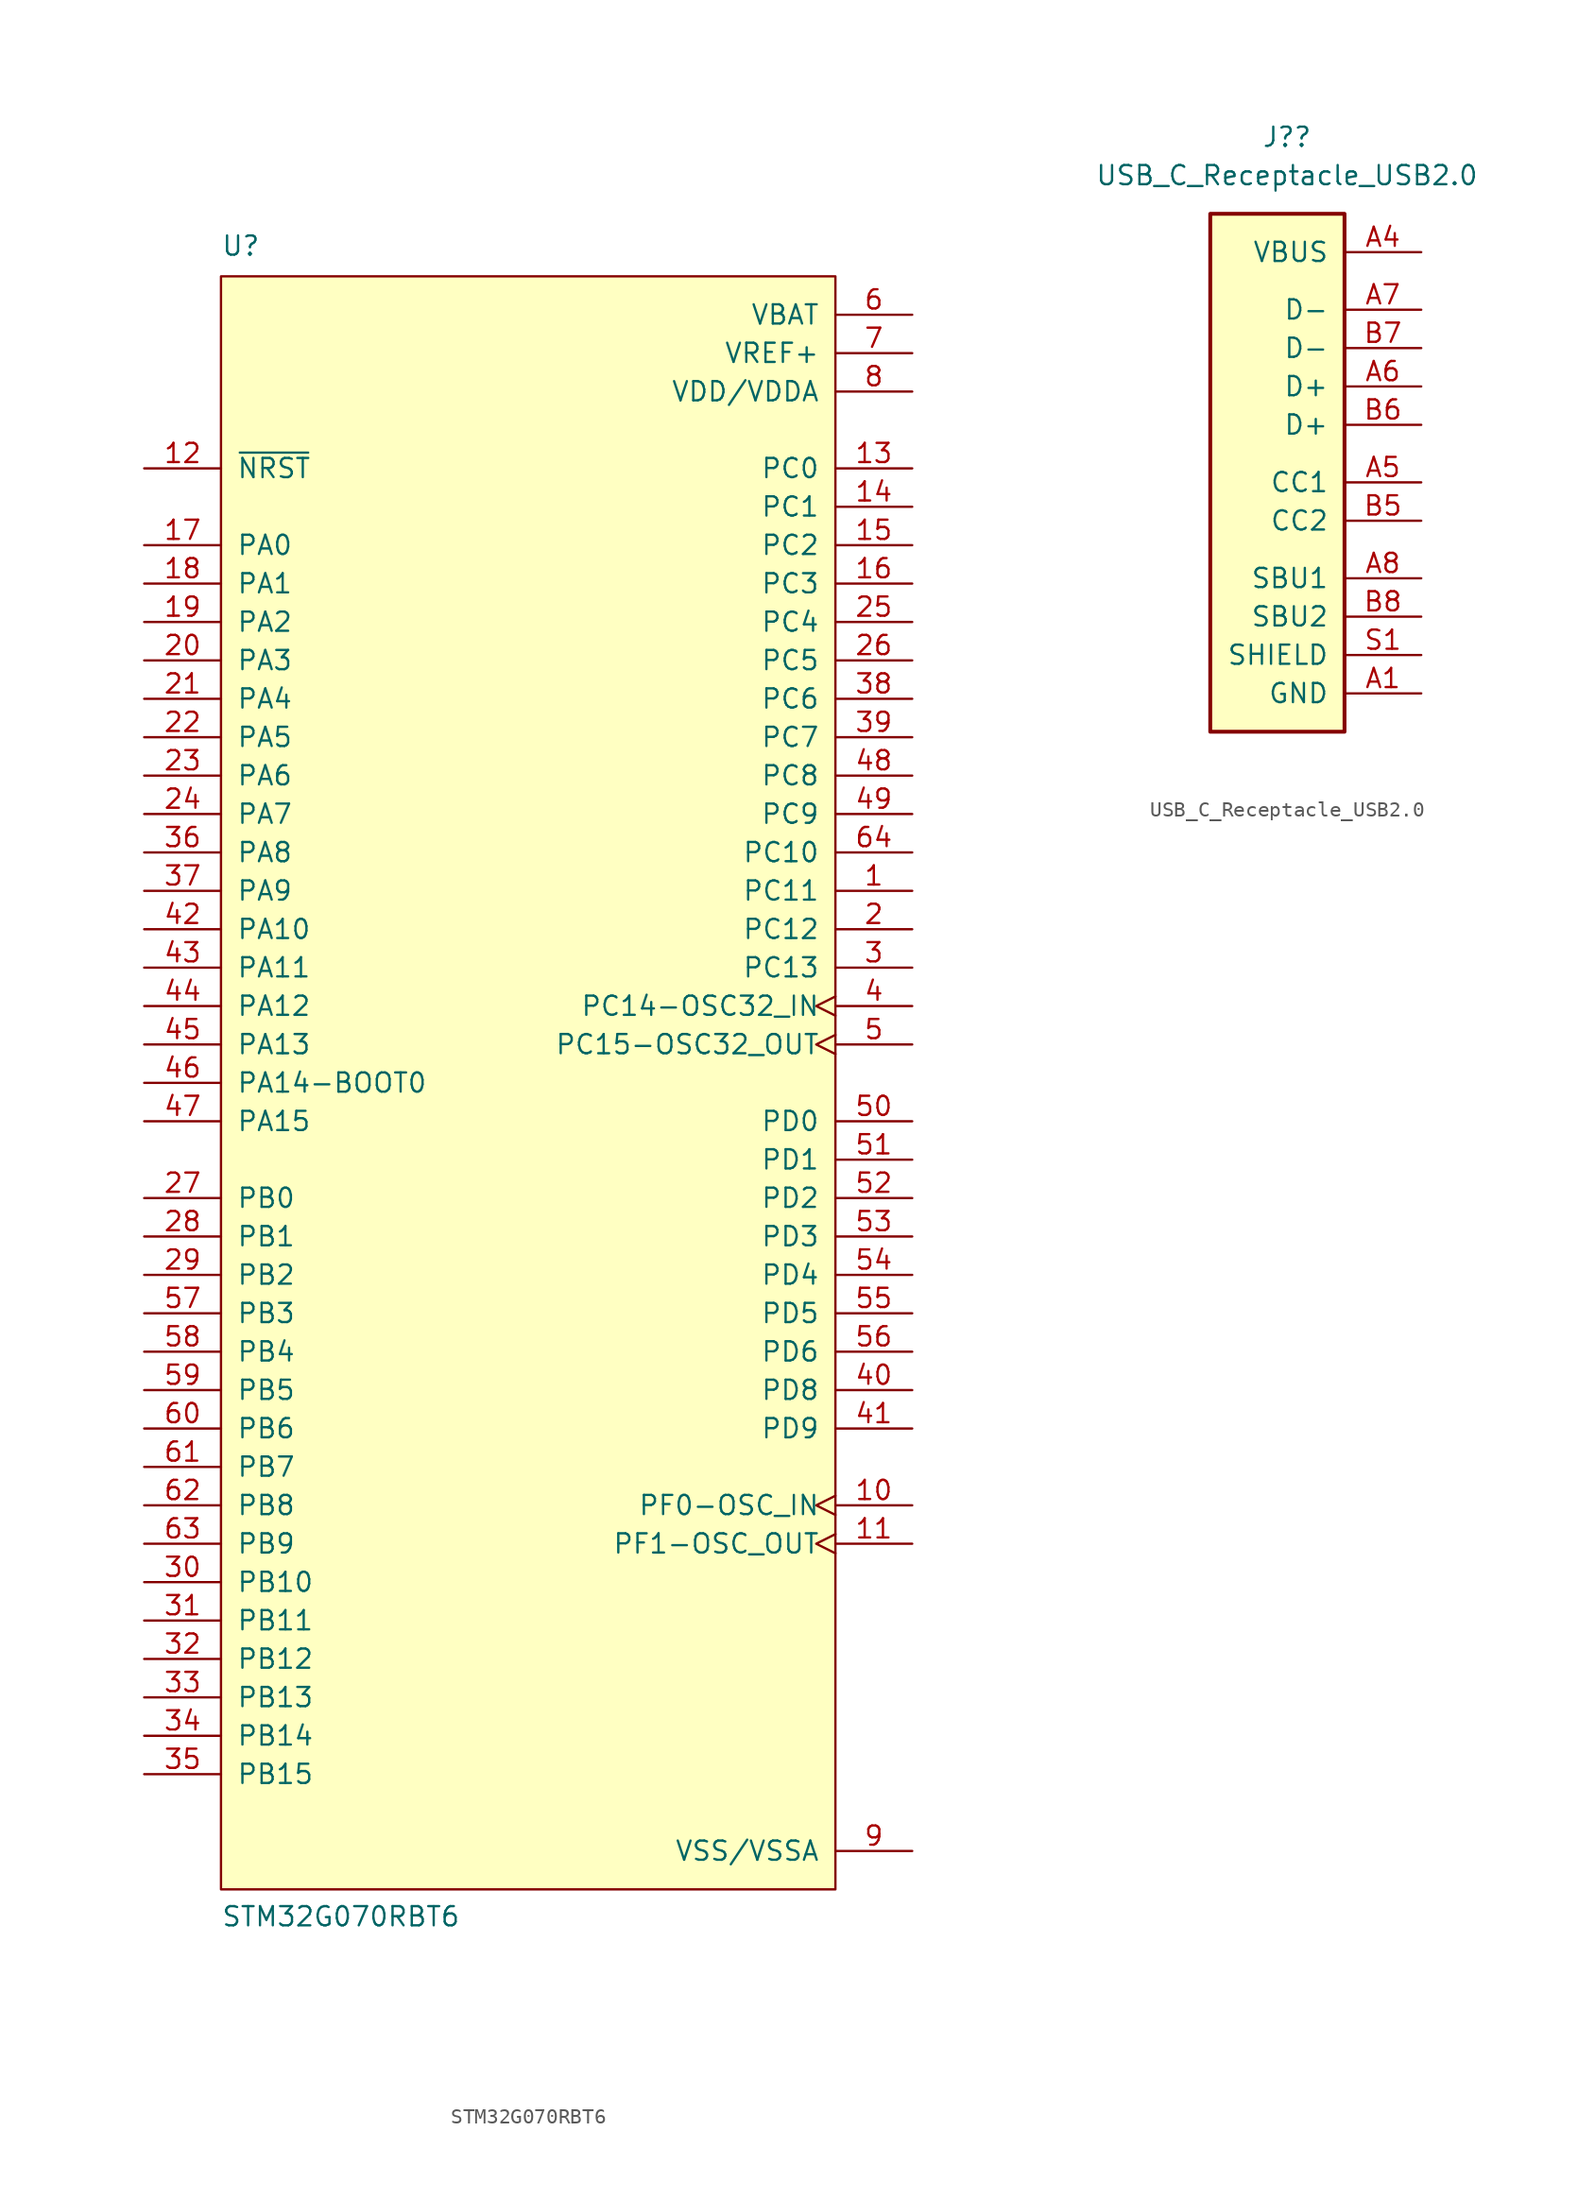
<source format=kicad_sym>
(kicad_symbol_lib
  (version 20211014)
  (generator kicad_symbol_editor)
  (symbol "STM32G070RBT6"
    (pin_names
      (offset 1.016))
    (property "Reference" "U"
      (at -20.32 54.61 0)
      (effects (font (size 1.27 1.27)) (justify left bottom)))
    (property "Value" "STM32G070RBT6"
      (at -20.32 -55.88 0)
      (effects (font (size 1.27 1.27)) (justify left bottom)))
    (symbol "STM32G070RBT6_0_0"
      (rectangle (start -20.32 -53.34) (end 20.32 53.34) (stroke (width 0.152) (type default) (color 0 0 0 0)) (fill (type background)))
      (pin bidirectional line (at 25.4 12.7 180) (length 5.08) (name "PC11" (effects (font (size 1.27 1.27)))) (number "1" (effects (font (size 1.27 1.27)))))
      (pin bidirectional clock (at 25.4 -27.94 180) (length 5.08) (name "PF0-OSC_IN" (effects (font (size 1.27 1.27)))) (number "10" (effects (font (size 1.27 1.27)))))
      (pin bidirectional clock (at 25.4 -30.48 180) (length 5.08) (name "PF1-OSC_OUT" (effects (font (size 1.27 1.27)))) (number "11" (effects (font (size 1.27 1.27)))))
      (pin input line (at -25.4 40.64 0) (length 5.08) (name "~{NRST}" (effects (font (size 1.27 1.27)))) (number "12" (effects (font (size 1.27 1.27)))))
      (pin bidirectional line (at 25.4 40.64 180) (length 5.08) (name "PC0" (effects (font (size 1.27 1.27)))) (number "13" (effects (font (size 1.27 1.27)))))
      (pin bidirectional line (at 25.4 38.1 180) (length 5.08) (name "PC1" (effects (font (size 1.27 1.27)))) (number "14" (effects (font (size 1.27 1.27)))))
      (pin bidirectional line (at 25.4 35.56 180) (length 5.08) (name "PC2" (effects (font (size 1.27 1.27)))) (number "15" (effects (font (size 1.27 1.27)))))
      (pin bidirectional line (at 25.4 33.02 180) (length 5.08) (name "PC3" (effects (font (size 1.27 1.27)))) (number "16" (effects (font (size 1.27 1.27)))))
      (pin bidirectional line (at -25.4 35.56 0) (length 5.08) (name "PA0" (effects (font (size 1.27 1.27)))) (number "17" (effects (font (size 1.27 1.27)))))
      (pin bidirectional line (at -25.4 33.02 0) (length 5.08) (name "PA1" (effects (font (size 1.27 1.27)))) (number "18" (effects (font (size 1.27 1.27)))))
      (pin bidirectional line (at -25.4 30.48 0) (length 5.08) (name "PA2" (effects (font (size 1.27 1.27)))) (number "19" (effects (font (size 1.27 1.27)))))
      (pin bidirectional line (at 25.4 10.16 180) (length 5.08) (name "PC12" (effects (font (size 1.27 1.27)))) (number "2" (effects (font (size 1.27 1.27)))))
      (pin bidirectional line (at -25.4 27.94 0) (length 5.08) (name "PA3" (effects (font (size 1.27 1.27)))) (number "20" (effects (font (size 1.27 1.27)))))
      (pin bidirectional line (at -25.4 25.4 0) (length 5.08) (name "PA4" (effects (font (size 1.27 1.27)))) (number "21" (effects (font (size 1.27 1.27)))))
      (pin bidirectional line (at -25.4 22.86 0) (length 5.08) (name "PA5" (effects (font (size 1.27 1.27)))) (number "22" (effects (font (size 1.27 1.27)))))
      (pin bidirectional line (at -25.4 20.32 0) (length 5.08) (name "PA6" (effects (font (size 1.27 1.27)))) (number "23" (effects (font (size 1.27 1.27)))))
      (pin bidirectional line (at -25.4 17.78 0) (length 5.08) (name "PA7" (effects (font (size 1.27 1.27)))) (number "24" (effects (font (size 1.27 1.27)))))
      (pin bidirectional line (at 25.4 30.48 180) (length 5.08) (name "PC4" (effects (font (size 1.27 1.27)))) (number "25" (effects (font (size 1.27 1.27)))))
      (pin bidirectional line (at 25.4 27.94 180) (length 5.08) (name "PC5" (effects (font (size 1.27 1.27)))) (number "26" (effects (font (size 1.27 1.27)))))
      (pin bidirectional line (at -25.4 -7.62 0) (length 5.08) (name "PB0" (effects (font (size 1.27 1.27)))) (number "27" (effects (font (size 1.27 1.27)))))
      (pin bidirectional line (at -25.4 -10.16 0) (length 5.08) (name "PB1" (effects (font (size 1.27 1.27)))) (number "28" (effects (font (size 1.27 1.27)))))
      (pin bidirectional line (at -25.4 -12.7 0) (length 5.08) (name "PB2" (effects (font (size 1.27 1.27)))) (number "29" (effects (font (size 1.27 1.27)))))
      (pin bidirectional line (at 25.4 7.62 180) (length 5.08) (name "PC13" (effects (font (size 1.27 1.27)))) (number "3" (effects (font (size 1.27 1.27)))))
      (pin bidirectional line (at -25.4 -33.02 0) (length 5.08) (name "PB10" (effects (font (size 1.27 1.27)))) (number "30" (effects (font (size 1.27 1.27)))))
      (pin bidirectional line (at -25.4 -35.56 0) (length 5.08) (name "PB11" (effects (font (size 1.27 1.27)))) (number "31" (effects (font (size 1.27 1.27)))))
      (pin bidirectional line (at -25.4 -38.1 0) (length 5.08) (name "PB12" (effects (font (size 1.27 1.27)))) (number "32" (effects (font (size 1.27 1.27)))))
      (pin bidirectional line (at -25.4 -40.64 0) (length 5.08) (name "PB13" (effects (font (size 1.27 1.27)))) (number "33" (effects (font (size 1.27 1.27)))))
      (pin bidirectional line (at -25.4 -43.18 0) (length 5.08) (name "PB14" (effects (font (size 1.27 1.27)))) (number "34" (effects (font (size 1.27 1.27)))))
      (pin bidirectional line (at -25.4 -45.72 0) (length 5.08) (name "PB15" (effects (font (size 1.27 1.27)))) (number "35" (effects (font (size 1.27 1.27)))))
      (pin bidirectional line (at -25.4 15.24 0) (length 5.08) (name "PA8" (effects (font (size 1.27 1.27)))) (number "36" (effects (font (size 1.27 1.27)))))
      (pin bidirectional line (at -25.4 12.7 0) (length 5.08) (name "PA9" (effects (font (size 1.27 1.27)))) (number "37" (effects (font (size 1.27 1.27)))))
      (pin bidirectional line (at 25.4 25.4 180) (length 5.08) (name "PC6" (effects (font (size 1.27 1.27)))) (number "38" (effects (font (size 1.27 1.27)))))
      (pin bidirectional line (at 25.4 22.86 180) (length 5.08) (name "PC7" (effects (font (size 1.27 1.27)))) (number "39" (effects (font (size 1.27 1.27)))))
      (pin bidirectional clock (at 25.4 5.08 180) (length 5.08) (name "PC14-OSC32_IN" (effects (font (size 1.27 1.27)))) (number "4" (effects (font (size 1.27 1.27)))))
      (pin bidirectional line (at 25.4 -20.32 180) (length 5.08) (name "PD8" (effects (font (size 1.27 1.27)))) (number "40" (effects (font (size 1.27 1.27)))))
      (pin bidirectional line (at 25.4 -22.86 180) (length 5.08) (name "PD9" (effects (font (size 1.27 1.27)))) (number "41" (effects (font (size 1.27 1.27)))))
      (pin bidirectional line (at -25.4 10.16 0) (length 5.08) (name "PA10" (effects (font (size 1.27 1.27)))) (number "42" (effects (font (size 1.27 1.27)))))
      (pin bidirectional line (at -25.4 7.62 0) (length 5.08) (name "PA11" (effects (font (size 1.27 1.27)))) (number "43" (effects (font (size 1.27 1.27)))))
      (pin bidirectional line (at -25.4 5.08 0) (length 5.08) (name "PA12" (effects (font (size 1.27 1.27)))) (number "44" (effects (font (size 1.27 1.27)))))
      (pin bidirectional line (at -25.4 2.54 0) (length 5.08) (name "PA13" (effects (font (size 1.27 1.27)))) (number "45" (effects (font (size 1.27 1.27)))))
      (pin bidirectional line (at -25.4 0 0) (length 5.08) (name "PA14-BOOT0" (effects (font (size 1.27 1.27)))) (number "46" (effects (font (size 1.27 1.27)))))
      (pin bidirectional line (at -25.4 -2.54 0) (length 5.08) (name "PA15" (effects (font (size 1.27 1.27)))) (number "47" (effects (font (size 1.27 1.27)))))
      (pin bidirectional line (at 25.4 20.32 180) (length 5.08) (name "PC8" (effects (font (size 1.27 1.27)))) (number "48" (effects (font (size 1.27 1.27)))))
      (pin bidirectional line (at 25.4 17.78 180) (length 5.08) (name "PC9" (effects (font (size 1.27 1.27)))) (number "49" (effects (font (size 1.27 1.27)))))
      (pin bidirectional clock (at 25.4 2.54 180) (length 5.08) (name "PC15-OSC32_OUT" (effects (font (size 1.27 1.27)))) (number "5" (effects (font (size 1.27 1.27)))))
      (pin bidirectional line (at 25.4 -2.54 180) (length 5.08) (name "PD0" (effects (font (size 1.27 1.27)))) (number "50" (effects (font (size 1.27 1.27)))))
      (pin bidirectional line (at 25.4 -5.08 180) (length 5.08) (name "PD1" (effects (font (size 1.27 1.27)))) (number "51" (effects (font (size 1.27 1.27)))))
      (pin bidirectional line (at 25.4 -7.62 180) (length 5.08) (name "PD2" (effects (font (size 1.27 1.27)))) (number "52" (effects (font (size 1.27 1.27)))))
      (pin bidirectional line (at 25.4 -10.16 180) (length 5.08) (name "PD3" (effects (font (size 1.27 1.27)))) (number "53" (effects (font (size 1.27 1.27)))))
      (pin bidirectional line (at 25.4 -12.7 180) (length 5.08) (name "PD4" (effects (font (size 1.27 1.27)))) (number "54" (effects (font (size 1.27 1.27)))))
      (pin bidirectional line (at 25.4 -15.24 180) (length 5.08) (name "PD5" (effects (font (size 1.27 1.27)))) (number "55" (effects (font (size 1.27 1.27)))))
      (pin bidirectional line (at 25.4 -17.78 180) (length 5.08) (name "PD6" (effects (font (size 1.27 1.27)))) (number "56" (effects (font (size 1.27 1.27)))))
      (pin bidirectional line (at -25.4 -15.24 0) (length 5.08) (name "PB3" (effects (font (size 1.27 1.27)))) (number "57" (effects (font (size 1.27 1.27)))))
      (pin bidirectional line (at -25.4 -17.78 0) (length 5.08) (name "PB4" (effects (font (size 1.27 1.27)))) (number "58" (effects (font (size 1.27 1.27)))))
      (pin bidirectional line (at -25.4 -20.32 0) (length 5.08) (name "PB5" (effects (font (size 1.27 1.27)))) (number "59" (effects (font (size 1.27 1.27)))))
      (pin power_in line (at 25.4 50.8 180) (length 5.08) (name "VBAT" (effects (font (size 1.27 1.27)))) (number "6" (effects (font (size 1.27 1.27)))))
      (pin bidirectional line (at -25.4 -22.86 0) (length 5.08) (name "PB6" (effects (font (size 1.27 1.27)))) (number "60" (effects (font (size 1.27 1.27)))))
      (pin bidirectional line (at -25.4 -25.4 0) (length 5.08) (name "PB7" (effects (font (size 1.27 1.27)))) (number "61" (effects (font (size 1.27 1.27)))))
      (pin bidirectional line (at -25.4 -27.94 0) (length 5.08) (name "PB8" (effects (font (size 1.27 1.27)))) (number "62" (effects (font (size 1.27 1.27)))))
      (pin bidirectional line (at -25.4 -30.48 0) (length 5.08) (name "PB9" (effects (font (size 1.27 1.27)))) (number "63" (effects (font (size 1.27 1.27)))))
      (pin bidirectional line (at 25.4 15.24 180) (length 5.08) (name "PC10" (effects (font (size 1.27 1.27)))) (number "64" (effects (font (size 1.27 1.27)))))
      (pin power_in line (at 25.4 48.26 180) (length 5.08) (name "VREF+" (effects (font (size 1.27 1.27)))) (number "7" (effects (font (size 1.27 1.27)))))
      (pin power_in line (at 25.4 45.72 180) (length 5.08) (name "VDD/VDDA" (effects (font (size 1.27 1.27)))) (number "8" (effects (font (size 1.27 1.27)))))
      (pin power_in line (at 25.4 -50.8 180) (length 5.08) (name "VSS/VSSA" (effects (font (size 1.27 1.27)))) (number "9" (effects (font (size 1.27 1.27)))))))
  (symbol "USB_C_Receptacle_USB2.0"
    (pin_names
      (offset 1.016))
    (property "Reference" "J?"
      (at 0 21.59 0)
      (effects (font (size 1.27 1.27))))
    (property "Value" "USB_C_Receptacle_USB2.0"
      (at 0 19.05 0)
      (effects (font (size 1.27 1.27))))
    (symbol "USB_C_Receptacle_USB2.0_0_1"
      (rectangle (start -5.08 16.51) (end 3.81 -17.78) (stroke (width 0.254) (type default) (color 0 0 0 0)) (fill (type background))))
    (symbol "USB_C_Receptacle_USB2.0_1_1"
      (pin passive line (at 8.89 -15.24 180) (length 5.08) (name "GND" (effects (font (size 1.27 1.27)))) (number "A1" (effects (font (size 1.27 1.27)))))
      (pin passive line (at 8.89 -15.24 180) (length 5.08) hide (name "GND" (effects (font (size 1.27 1.27)))) (number "A12" (effects (font (size 1.27 1.27)))))
      (pin passive line (at 8.89 13.97 180) (length 5.08) (name "VBUS" (effects (font (size 1.27 1.27)))) (number "A4" (effects (font (size 1.27 1.27)))))
      (pin bidirectional line (at 8.89 -1.27 180) (length 5.08) (name "CC1" (effects (font (size 1.27 1.27)))) (number "A5" (effects (font (size 1.27 1.27)))))
      (pin bidirectional line (at 8.89 5.08 180) (length 5.08) (name "D+" (effects (font (size 1.27 1.27)))) (number "A6" (effects (font (size 1.27 1.27)))))
      (pin bidirectional line (at 8.89 10.16 180) (length 5.08) (name "D-" (effects (font (size 1.27 1.27)))) (number "A7" (effects (font (size 1.27 1.27)))))
      (pin bidirectional line (at 8.89 -7.62 180) (length 5.08) (name "SBU1" (effects (font (size 1.27 1.27)))) (number "A8" (effects (font (size 1.27 1.27)))))
      (pin passive line (at 8.89 13.97 180) (length 5.08) hide (name "VBUS" (effects (font (size 1.27 1.27)))) (number "A9" (effects (font (size 1.27 1.27)))))
      (pin passive line (at 8.89 -15.24 180) (length 5.08) hide (name "GND" (effects (font (size 1.27 1.27)))) (number "B1" (effects (font (size 1.27 1.27)))))
      (pin passive line (at 8.89 -15.24 180) (length 5.08) hide (name "GND" (effects (font (size 1.27 1.27)))) (number "B12" (effects (font (size 1.27 1.27)))))
      (pin passive line (at 8.89 13.97 180) (length 5.08) hide (name "VBUS" (effects (font (size 1.27 1.27)))) (number "B4" (effects (font (size 1.27 1.27)))))
      (pin bidirectional line (at 8.89 -3.81 180) (length 5.08) (name "CC2" (effects (font (size 1.27 1.27)))) (number "B5" (effects (font (size 1.27 1.27)))))
      (pin bidirectional line (at 8.89 2.54 180) (length 5.08) (name "D+" (effects (font (size 1.27 1.27)))) (number "B6" (effects (font (size 1.27 1.27)))))
      (pin bidirectional line (at 8.89 7.62 180) (length 5.08) (name "D-" (effects (font (size 1.27 1.27)))) (number "B7" (effects (font (size 1.27 1.27)))))
      (pin bidirectional line (at 8.89 -10.16 180) (length 5.08) (name "SBU2" (effects (font (size 1.27 1.27)))) (number "B8" (effects (font (size 1.27 1.27)))))
      (pin passive line (at 8.89 13.97 180) (length 5.08) hide (name "VBUS" (effects (font (size 1.27 1.27)))) (number "B9" (effects (font (size 1.27 1.27)))))
      (pin passive line (at 8.89 -12.7 180) (length 5.08) (name "SHIELD" (effects (font (size 1.27 1.27)))) (number "S1" (effects (font (size 1.27 1.27))))))))
</source>
